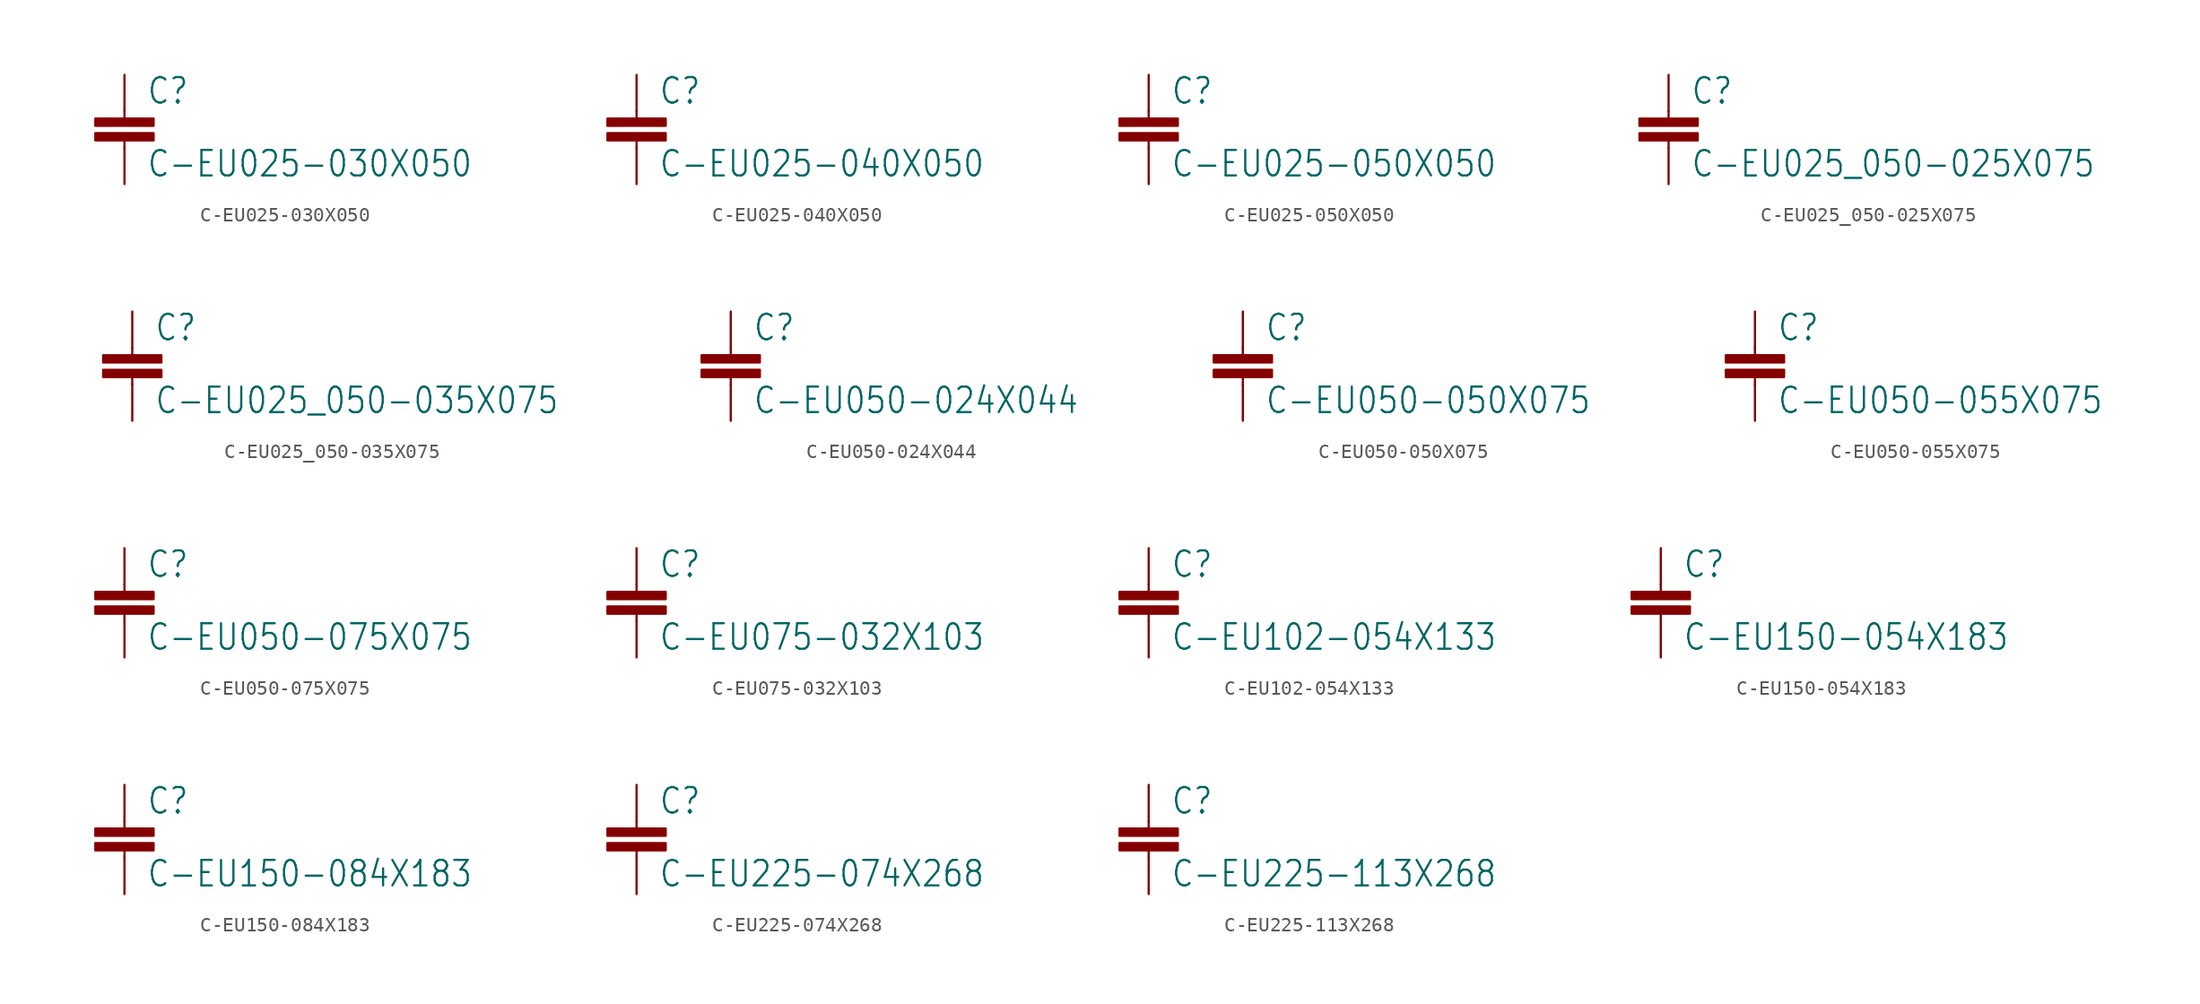
<source format=kicad_sym>
(kicad_symbol_lib
  (version 20211014)
  (generator kicad_symbol_editor)
  (symbol "C-EU025-030X050"
    (property "Reference" "C"
      (at 1.524 0.381 0)
      (effects (font (size 1.778 1.511)) (justify left bottom)))
    (property "Value" "C-EU025-030X050"
      (at 1.524 -4.699 0)
      (effects (font (size 1.778 1.511)) (justify left bottom)))
    (property "ki_locked" ""
      (at 0 0 0)
      (effects (font (size 1.27 1.27))))
    (symbol "C-EU025-030X050_1_0"
      (rectangle (start -2.032 -2.032) (end 2.032 -1.524) (stroke (width 0) (type default) (color 0 0 0 0)) (fill (type outline)))
      (rectangle (start -2.032 -1.016) (end 2.032 -0.508) (stroke (width 0) (type default) (color 0 0 0 0)) (fill (type outline)))
      (polyline (pts (xy 0 -2.54) (xy 0 -2.032)) (stroke (width 0.152) (type default) (color 0 0 0 0)) (fill (type none)))
      (polyline (pts (xy 0 0) (xy 0 -0.508)) (stroke (width 0.152) (type default) (color 0 0 0 0)) (fill (type none)))
      (pin passive line (at 0 2.54 270) (length 2.54) (name "1" (effects (font (size 0 0)))) (number "1" (effects (font (size 0 0)))))
      (pin passive line (at 0 -5.08 90) (length 2.54) (name "2" (effects (font (size 0 0)))) (number "2" (effects (font (size 0 0)))))))
  (symbol "C-EU025-040X050"
    (property "Reference" "C"
      (at 1.524 0.381 0)
      (effects (font (size 1.778 1.511)) (justify left bottom)))
    (property "Value" "C-EU025-040X050"
      (at 1.524 -4.699 0)
      (effects (font (size 1.778 1.511)) (justify left bottom)))
    (property "ki_locked" ""
      (at 0 0 0)
      (effects (font (size 1.27 1.27))))
    (symbol "C-EU025-040X050_1_0"
      (rectangle (start -2.032 -2.032) (end 2.032 -1.524) (stroke (width 0) (type default) (color 0 0 0 0)) (fill (type outline)))
      (rectangle (start -2.032 -1.016) (end 2.032 -0.508) (stroke (width 0) (type default) (color 0 0 0 0)) (fill (type outline)))
      (polyline (pts (xy 0 -2.54) (xy 0 -2.032)) (stroke (width 0.152) (type default) (color 0 0 0 0)) (fill (type none)))
      (polyline (pts (xy 0 0) (xy 0 -0.508)) (stroke (width 0.152) (type default) (color 0 0 0 0)) (fill (type none)))
      (pin passive line (at 0 2.54 270) (length 2.54) (name "1" (effects (font (size 0 0)))) (number "1" (effects (font (size 0 0)))))
      (pin passive line (at 0 -5.08 90) (length 2.54) (name "2" (effects (font (size 0 0)))) (number "2" (effects (font (size 0 0)))))))
  (symbol "C-EU025-050X050"
    (property "Reference" "C"
      (at 1.524 0.381 0)
      (effects (font (size 1.778 1.511)) (justify left bottom)))
    (property "Value" "C-EU025-050X050"
      (at 1.524 -4.699 0)
      (effects (font (size 1.778 1.511)) (justify left bottom)))
    (property "ki_locked" ""
      (at 0 0 0)
      (effects (font (size 1.27 1.27))))
    (symbol "C-EU025-050X050_1_0"
      (rectangle (start -2.032 -2.032) (end 2.032 -1.524) (stroke (width 0) (type default) (color 0 0 0 0)) (fill (type outline)))
      (rectangle (start -2.032 -1.016) (end 2.032 -0.508) (stroke (width 0) (type default) (color 0 0 0 0)) (fill (type outline)))
      (polyline (pts (xy 0 -2.54) (xy 0 -2.032)) (stroke (width 0.152) (type default) (color 0 0 0 0)) (fill (type none)))
      (polyline (pts (xy 0 0) (xy 0 -0.508)) (stroke (width 0.152) (type default) (color 0 0 0 0)) (fill (type none)))
      (pin passive line (at 0 2.54 270) (length 2.54) (name "1" (effects (font (size 0 0)))) (number "1" (effects (font (size 0 0)))))
      (pin passive line (at 0 -5.08 90) (length 2.54) (name "2" (effects (font (size 0 0)))) (number "2" (effects (font (size 0 0)))))))
  (symbol "C-EU025_050-025X075"
    (property "Reference" "C"
      (at 1.524 0.381 0)
      (effects (font (size 1.778 1.511)) (justify left bottom)))
    (property "Value" "C-EU025_050-025X075"
      (at 1.524 -4.699 0)
      (effects (font (size 1.778 1.511)) (justify left bottom)))
    (property "ki_locked" ""
      (at 0 0 0)
      (effects (font (size 1.27 1.27))))
    (symbol "C-EU025_050-025X075_1_0"
      (rectangle (start -2.032 -2.032) (end 2.032 -1.524) (stroke (width 0) (type default) (color 0 0 0 0)) (fill (type outline)))
      (rectangle (start -2.032 -1.016) (end 2.032 -0.508) (stroke (width 0) (type default) (color 0 0 0 0)) (fill (type outline)))
      (polyline (pts (xy 0 -2.54) (xy 0 -2.032)) (stroke (width 0.152) (type default) (color 0 0 0 0)) (fill (type none)))
      (polyline (pts (xy 0 0) (xy 0 -0.508)) (stroke (width 0.152) (type default) (color 0 0 0 0)) (fill (type none)))
      (pin passive line (at 0 2.54 270) (length 2.54) (name "1" (effects (font (size 0 0)))) (number "1" (effects (font (size 0 0)))))
      (pin passive line (at 0 -5.08 90) (length 2.54) (name "2" (effects (font (size 0 0)))) (number "2" (effects (font (size 0 0)))))))
  (symbol "C-EU025_050-035X075"
    (property "Reference" "C"
      (at 1.524 0.381 0)
      (effects (font (size 1.778 1.511)) (justify left bottom)))
    (property "Value" "C-EU025_050-035X075"
      (at 1.524 -4.699 0)
      (effects (font (size 1.778 1.511)) (justify left bottom)))
    (property "ki_locked" ""
      (at 0 0 0)
      (effects (font (size 1.27 1.27))))
    (symbol "C-EU025_050-035X075_1_0"
      (rectangle (start -2.032 -2.032) (end 2.032 -1.524) (stroke (width 0) (type default) (color 0 0 0 0)) (fill (type outline)))
      (rectangle (start -2.032 -1.016) (end 2.032 -0.508) (stroke (width 0) (type default) (color 0 0 0 0)) (fill (type outline)))
      (polyline (pts (xy 0 -2.54) (xy 0 -2.032)) (stroke (width 0.152) (type default) (color 0 0 0 0)) (fill (type none)))
      (polyline (pts (xy 0 0) (xy 0 -0.508)) (stroke (width 0.152) (type default) (color 0 0 0 0)) (fill (type none)))
      (pin passive line (at 0 2.54 270) (length 2.54) (name "1" (effects (font (size 0 0)))) (number "1" (effects (font (size 0 0)))))
      (pin passive line (at 0 -5.08 90) (length 2.54) (name "2" (effects (font (size 0 0)))) (number "2" (effects (font (size 0 0)))))))
  (symbol "C-EU050-024X044"
    (property "Reference" "C"
      (at 1.524 0.381 0)
      (effects (font (size 1.778 1.511)) (justify left bottom)))
    (property "Value" "C-EU050-024X044"
      (at 1.524 -4.699 0)
      (effects (font (size 1.778 1.511)) (justify left bottom)))
    (property "ki_locked" ""
      (at 0 0 0)
      (effects (font (size 1.27 1.27))))
    (symbol "C-EU050-024X044_1_0"
      (rectangle (start -2.032 -2.032) (end 2.032 -1.524) (stroke (width 0) (type default) (color 0 0 0 0)) (fill (type outline)))
      (rectangle (start -2.032 -1.016) (end 2.032 -0.508) (stroke (width 0) (type default) (color 0 0 0 0)) (fill (type outline)))
      (polyline (pts (xy 0 -2.54) (xy 0 -2.032)) (stroke (width 0.152) (type default) (color 0 0 0 0)) (fill (type none)))
      (polyline (pts (xy 0 0) (xy 0 -0.508)) (stroke (width 0.152) (type default) (color 0 0 0 0)) (fill (type none)))
      (pin passive line (at 0 2.54 270) (length 2.54) (name "1" (effects (font (size 0 0)))) (number "1" (effects (font (size 0 0)))))
      (pin passive line (at 0 -5.08 90) (length 2.54) (name "2" (effects (font (size 0 0)))) (number "2" (effects (font (size 0 0)))))))
  (symbol "C-EU050-050X075"
    (property "Reference" "C"
      (at 1.524 0.381 0)
      (effects (font (size 1.778 1.511)) (justify left bottom)))
    (property "Value" "C-EU050-050X075"
      (at 1.524 -4.699 0)
      (effects (font (size 1.778 1.511)) (justify left bottom)))
    (property "ki_locked" ""
      (at 0 0 0)
      (effects (font (size 1.27 1.27))))
    (symbol "C-EU050-050X075_1_0"
      (rectangle (start -2.032 -2.032) (end 2.032 -1.524) (stroke (width 0) (type default) (color 0 0 0 0)) (fill (type outline)))
      (rectangle (start -2.032 -1.016) (end 2.032 -0.508) (stroke (width 0) (type default) (color 0 0 0 0)) (fill (type outline)))
      (polyline (pts (xy 0 -2.54) (xy 0 -2.032)) (stroke (width 0.152) (type default) (color 0 0 0 0)) (fill (type none)))
      (polyline (pts (xy 0 0) (xy 0 -0.508)) (stroke (width 0.152) (type default) (color 0 0 0 0)) (fill (type none)))
      (pin passive line (at 0 2.54 270) (length 2.54) (name "1" (effects (font (size 0 0)))) (number "1" (effects (font (size 0 0)))))
      (pin passive line (at 0 -5.08 90) (length 2.54) (name "2" (effects (font (size 0 0)))) (number "2" (effects (font (size 0 0)))))))
  (symbol "C-EU050-055X075"
    (property "Reference" "C"
      (at 1.524 0.381 0)
      (effects (font (size 1.778 1.511)) (justify left bottom)))
    (property "Value" "C-EU050-055X075"
      (at 1.524 -4.699 0)
      (effects (font (size 1.778 1.511)) (justify left bottom)))
    (property "ki_locked" ""
      (at 0 0 0)
      (effects (font (size 1.27 1.27))))
    (symbol "C-EU050-055X075_1_0"
      (rectangle (start -2.032 -2.032) (end 2.032 -1.524) (stroke (width 0) (type default) (color 0 0 0 0)) (fill (type outline)))
      (rectangle (start -2.032 -1.016) (end 2.032 -0.508) (stroke (width 0) (type default) (color 0 0 0 0)) (fill (type outline)))
      (polyline (pts (xy 0 -2.54) (xy 0 -2.032)) (stroke (width 0.152) (type default) (color 0 0 0 0)) (fill (type none)))
      (polyline (pts (xy 0 0) (xy 0 -0.508)) (stroke (width 0.152) (type default) (color 0 0 0 0)) (fill (type none)))
      (pin passive line (at 0 2.54 270) (length 2.54) (name "1" (effects (font (size 0 0)))) (number "1" (effects (font (size 0 0)))))
      (pin passive line (at 0 -5.08 90) (length 2.54) (name "2" (effects (font (size 0 0)))) (number "2" (effects (font (size 0 0)))))))
  (symbol "C-EU050-075X075"
    (property "Reference" "C"
      (at 1.524 0.381 0)
      (effects (font (size 1.778 1.511)) (justify left bottom)))
    (property "Value" "C-EU050-075X075"
      (at 1.524 -4.699 0)
      (effects (font (size 1.778 1.511)) (justify left bottom)))
    (property "ki_locked" ""
      (at 0 0 0)
      (effects (font (size 1.27 1.27))))
    (symbol "C-EU050-075X075_1_0"
      (rectangle (start -2.032 -2.032) (end 2.032 -1.524) (stroke (width 0) (type default) (color 0 0 0 0)) (fill (type outline)))
      (rectangle (start -2.032 -1.016) (end 2.032 -0.508) (stroke (width 0) (type default) (color 0 0 0 0)) (fill (type outline)))
      (polyline (pts (xy 0 -2.54) (xy 0 -2.032)) (stroke (width 0.152) (type default) (color 0 0 0 0)) (fill (type none)))
      (polyline (pts (xy 0 0) (xy 0 -0.508)) (stroke (width 0.152) (type default) (color 0 0 0 0)) (fill (type none)))
      (pin passive line (at 0 2.54 270) (length 2.54) (name "1" (effects (font (size 0 0)))) (number "1" (effects (font (size 0 0)))))
      (pin passive line (at 0 -5.08 90) (length 2.54) (name "2" (effects (font (size 0 0)))) (number "2" (effects (font (size 0 0)))))))
  (symbol "C-EU075-032X103"
    (property "Reference" "C"
      (at 1.524 0.381 0)
      (effects (font (size 1.778 1.511)) (justify left bottom)))
    (property "Value" "C-EU075-032X103"
      (at 1.524 -4.699 0)
      (effects (font (size 1.778 1.511)) (justify left bottom)))
    (property "ki_locked" ""
      (at 0 0 0)
      (effects (font (size 1.27 1.27))))
    (symbol "C-EU075-032X103_1_0"
      (rectangle (start -2.032 -2.032) (end 2.032 -1.524) (stroke (width 0) (type default) (color 0 0 0 0)) (fill (type outline)))
      (rectangle (start -2.032 -1.016) (end 2.032 -0.508) (stroke (width 0) (type default) (color 0 0 0 0)) (fill (type outline)))
      (polyline (pts (xy 0 -2.54) (xy 0 -2.032)) (stroke (width 0.152) (type default) (color 0 0 0 0)) (fill (type none)))
      (polyline (pts (xy 0 0) (xy 0 -0.508)) (stroke (width 0.152) (type default) (color 0 0 0 0)) (fill (type none)))
      (pin passive line (at 0 2.54 270) (length 2.54) (name "1" (effects (font (size 0 0)))) (number "1" (effects (font (size 0 0)))))
      (pin passive line (at 0 -5.08 90) (length 2.54) (name "2" (effects (font (size 0 0)))) (number "2" (effects (font (size 0 0)))))))
  (symbol "C-EU102-054X133"
    (property "Reference" "C"
      (at 1.524 0.381 0)
      (effects (font (size 1.778 1.511)) (justify left bottom)))
    (property "Value" "C-EU102-054X133"
      (at 1.524 -4.699 0)
      (effects (font (size 1.778 1.511)) (justify left bottom)))
    (property "ki_locked" ""
      (at 0 0 0)
      (effects (font (size 1.27 1.27))))
    (symbol "C-EU102-054X133_1_0"
      (rectangle (start -2.032 -2.032) (end 2.032 -1.524) (stroke (width 0) (type default) (color 0 0 0 0)) (fill (type outline)))
      (rectangle (start -2.032 -1.016) (end 2.032 -0.508) (stroke (width 0) (type default) (color 0 0 0 0)) (fill (type outline)))
      (polyline (pts (xy 0 -2.54) (xy 0 -2.032)) (stroke (width 0.152) (type default) (color 0 0 0 0)) (fill (type none)))
      (polyline (pts (xy 0 0) (xy 0 -0.508)) (stroke (width 0.152) (type default) (color 0 0 0 0)) (fill (type none)))
      (pin passive line (at 0 2.54 270) (length 2.54) (name "1" (effects (font (size 0 0)))) (number "1" (effects (font (size 0 0)))))
      (pin passive line (at 0 -5.08 90) (length 2.54) (name "2" (effects (font (size 0 0)))) (number "2" (effects (font (size 0 0)))))))
  (symbol "C-EU150-054X183"
    (property "Reference" "C"
      (at 1.524 0.381 0)
      (effects (font (size 1.778 1.511)) (justify left bottom)))
    (property "Value" "C-EU150-054X183"
      (at 1.524 -4.699 0)
      (effects (font (size 1.778 1.511)) (justify left bottom)))
    (property "ki_locked" ""
      (at 0 0 0)
      (effects (font (size 1.27 1.27))))
    (symbol "C-EU150-054X183_1_0"
      (rectangle (start -2.032 -2.032) (end 2.032 -1.524) (stroke (width 0) (type default) (color 0 0 0 0)) (fill (type outline)))
      (rectangle (start -2.032 -1.016) (end 2.032 -0.508) (stroke (width 0) (type default) (color 0 0 0 0)) (fill (type outline)))
      (polyline (pts (xy 0 -2.54) (xy 0 -2.032)) (stroke (width 0.152) (type default) (color 0 0 0 0)) (fill (type none)))
      (polyline (pts (xy 0 0) (xy 0 -0.508)) (stroke (width 0.152) (type default) (color 0 0 0 0)) (fill (type none)))
      (pin passive line (at 0 2.54 270) (length 2.54) (name "1" (effects (font (size 0 0)))) (number "1" (effects (font (size 0 0)))))
      (pin passive line (at 0 -5.08 90) (length 2.54) (name "2" (effects (font (size 0 0)))) (number "2" (effects (font (size 0 0)))))))
  (symbol "C-EU150-084X183"
    (property "Reference" "C"
      (at 1.524 0.381 0)
      (effects (font (size 1.778 1.511)) (justify left bottom)))
    (property "Value" "C-EU150-084X183"
      (at 1.524 -4.699 0)
      (effects (font (size 1.778 1.511)) (justify left bottom)))
    (property "ki_locked" ""
      (at 0 0 0)
      (effects (font (size 1.27 1.27))))
    (symbol "C-EU150-084X183_1_0"
      (rectangle (start -2.032 -2.032) (end 2.032 -1.524) (stroke (width 0) (type default) (color 0 0 0 0)) (fill (type outline)))
      (rectangle (start -2.032 -1.016) (end 2.032 -0.508) (stroke (width 0) (type default) (color 0 0 0 0)) (fill (type outline)))
      (polyline (pts (xy 0 -2.54) (xy 0 -2.032)) (stroke (width 0.152) (type default) (color 0 0 0 0)) (fill (type none)))
      (polyline (pts (xy 0 0) (xy 0 -0.508)) (stroke (width 0.152) (type default) (color 0 0 0 0)) (fill (type none)))
      (pin passive line (at 0 2.54 270) (length 2.54) (name "1" (effects (font (size 0 0)))) (number "1" (effects (font (size 0 0)))))
      (pin passive line (at 0 -5.08 90) (length 2.54) (name "2" (effects (font (size 0 0)))) (number "2" (effects (font (size 0 0)))))))
  (symbol "C-EU225-074X268"
    (property "Reference" "C"
      (at 1.524 0.381 0)
      (effects (font (size 1.778 1.511)) (justify left bottom)))
    (property "Value" "C-EU225-074X268"
      (at 1.524 -4.699 0)
      (effects (font (size 1.778 1.511)) (justify left bottom)))
    (property "ki_locked" ""
      (at 0 0 0)
      (effects (font (size 1.27 1.27))))
    (symbol "C-EU225-074X268_1_0"
      (rectangle (start -2.032 -2.032) (end 2.032 -1.524) (stroke (width 0) (type default) (color 0 0 0 0)) (fill (type outline)))
      (rectangle (start -2.032 -1.016) (end 2.032 -0.508) (stroke (width 0) (type default) (color 0 0 0 0)) (fill (type outline)))
      (polyline (pts (xy 0 -2.54) (xy 0 -2.032)) (stroke (width 0.152) (type default) (color 0 0 0 0)) (fill (type none)))
      (polyline (pts (xy 0 0) (xy 0 -0.508)) (stroke (width 0.152) (type default) (color 0 0 0 0)) (fill (type none)))
      (pin passive line (at 0 2.54 270) (length 2.54) (name "1" (effects (font (size 0 0)))) (number "1" (effects (font (size 0 0)))))
      (pin passive line (at 0 -5.08 90) (length 2.54) (name "2" (effects (font (size 0 0)))) (number "2" (effects (font (size 0 0)))))))
  (symbol "C-EU225-113X268"
    (property "Reference" "C"
      (at 1.524 0.381 0)
      (effects (font (size 1.778 1.511)) (justify left bottom)))
    (property "Value" "C-EU225-113X268"
      (at 1.524 -4.699 0)
      (effects (font (size 1.778 1.511)) (justify left bottom)))
    (property "ki_locked" ""
      (at 0 0 0)
      (effects (font (size 1.27 1.27))))
    (symbol "C-EU225-113X268_1_0"
      (rectangle (start -2.032 -2.032) (end 2.032 -1.524) (stroke (width 0) (type default) (color 0 0 0 0)) (fill (type outline)))
      (rectangle (start -2.032 -1.016) (end 2.032 -0.508) (stroke (width 0) (type default) (color 0 0 0 0)) (fill (type outline)))
      (polyline (pts (xy 0 -2.54) (xy 0 -2.032)) (stroke (width 0.152) (type default) (color 0 0 0 0)) (fill (type none)))
      (polyline (pts (xy 0 0) (xy 0 -0.508)) (stroke (width 0.152) (type default) (color 0 0 0 0)) (fill (type none)))
      (pin passive line (at 0 2.54 270) (length 2.54) (name "1" (effects (font (size 0 0)))) (number "1" (effects (font (size 0 0)))))
      (pin passive line (at 0 -5.08 90) (length 2.54) (name "2" (effects (font (size 0 0)))) (number "2" (effects (font (size 0 0))))))))
</source>
